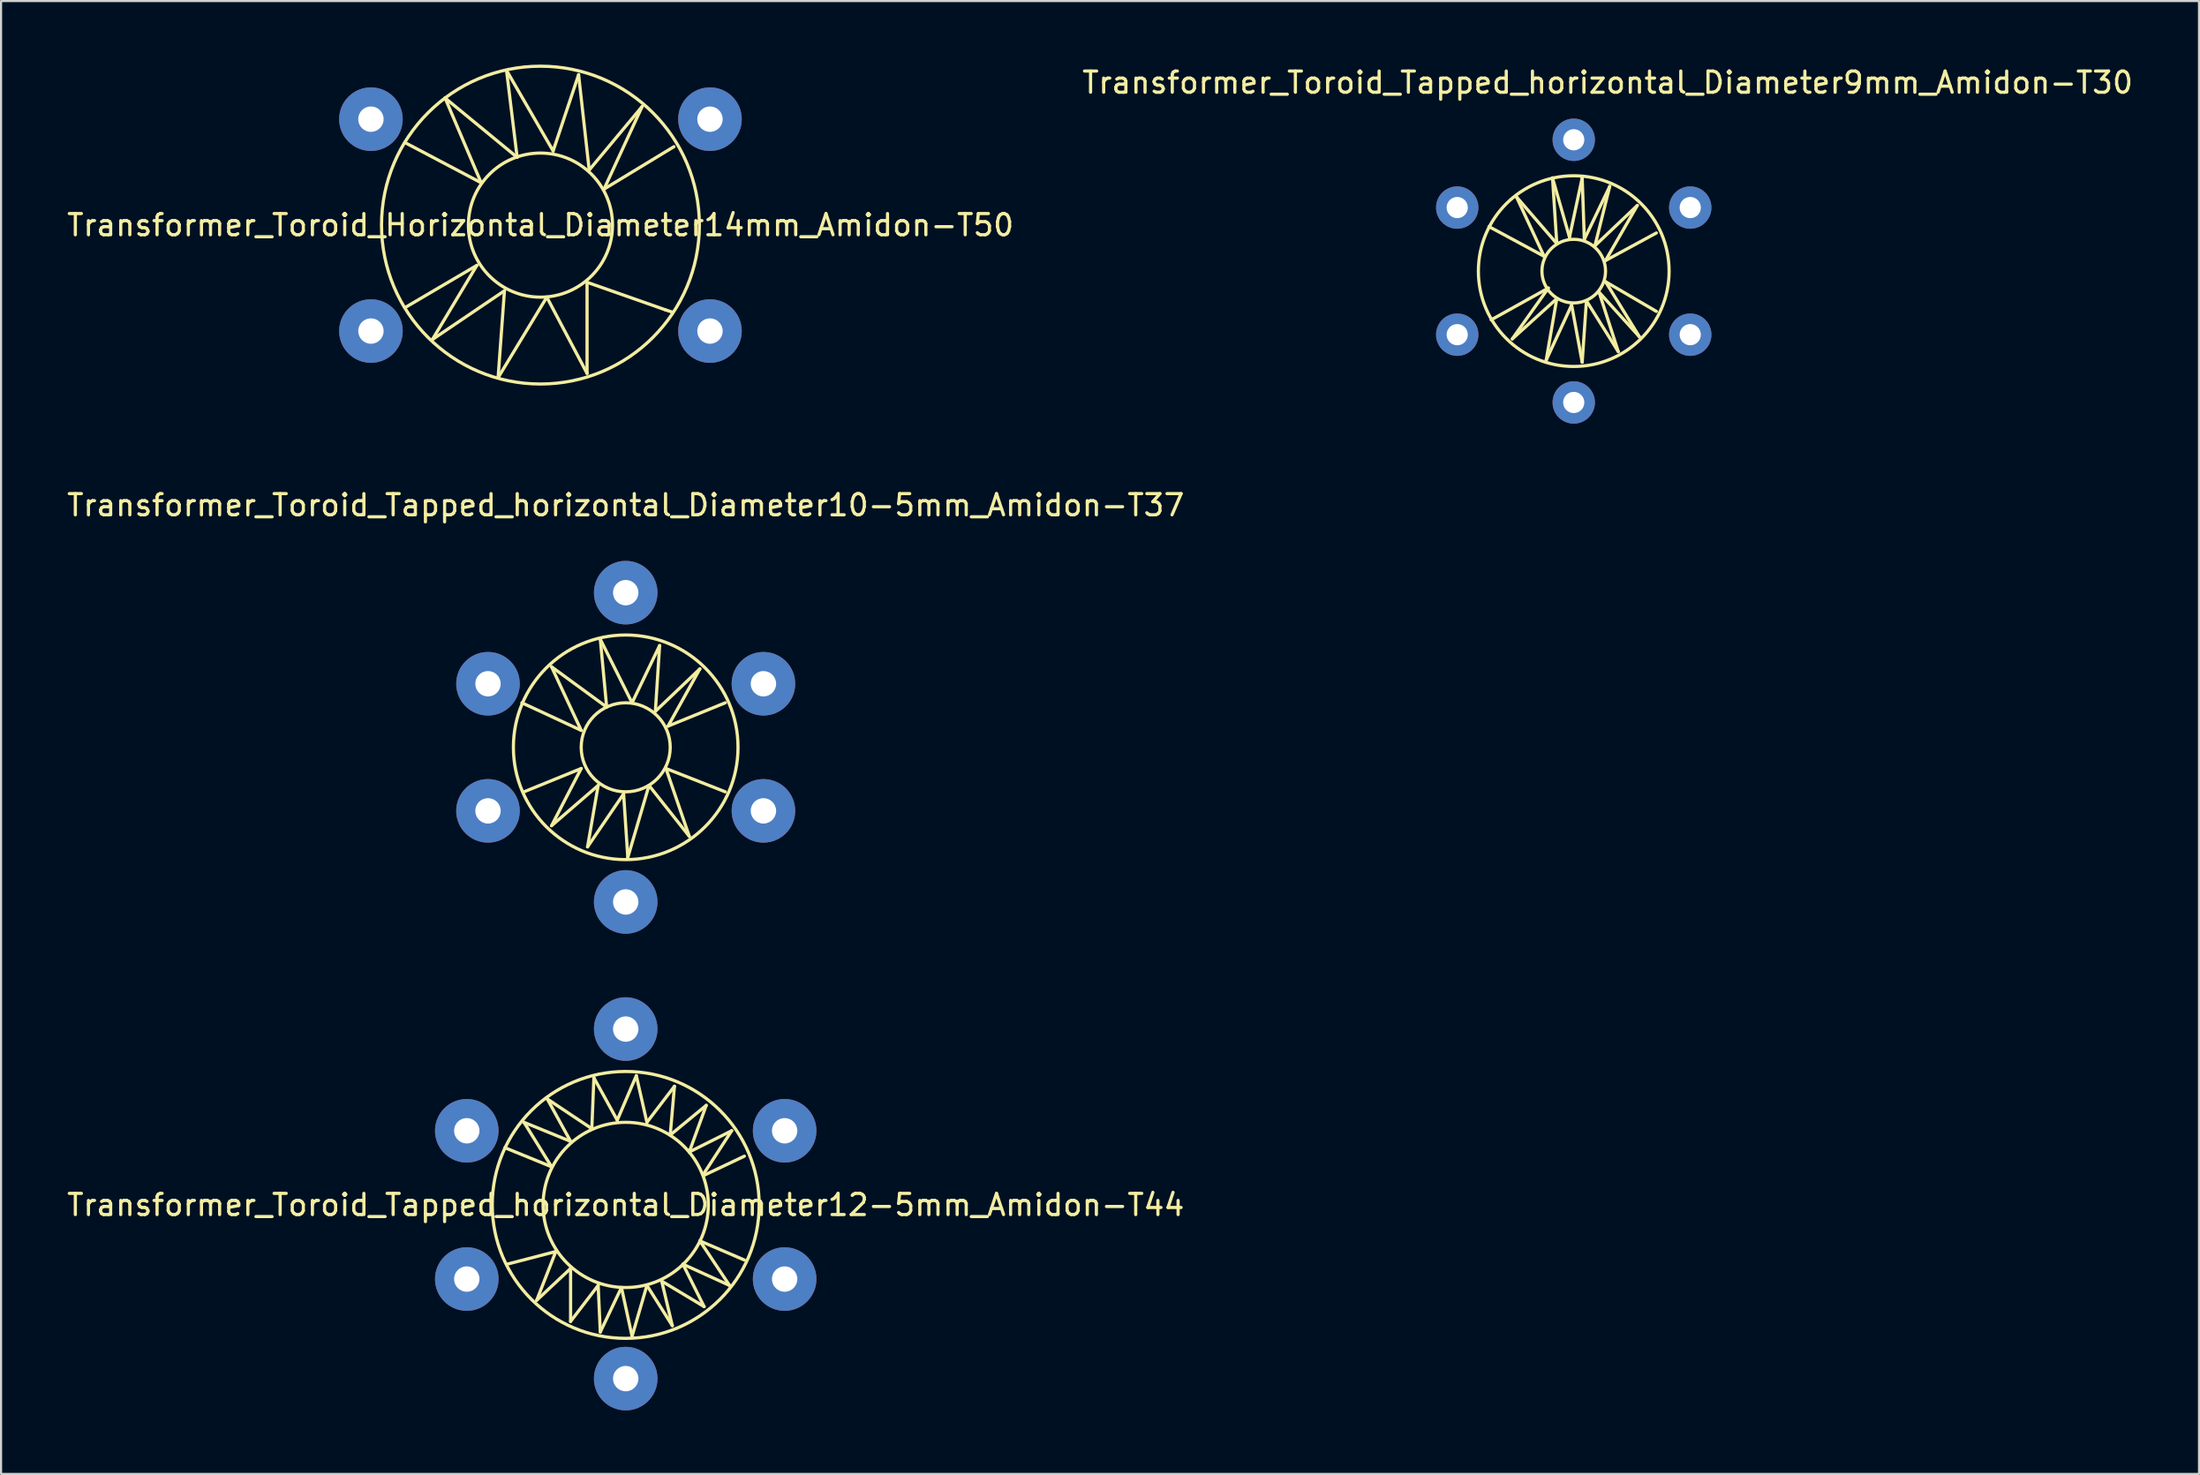
<source format=kicad_pcb>
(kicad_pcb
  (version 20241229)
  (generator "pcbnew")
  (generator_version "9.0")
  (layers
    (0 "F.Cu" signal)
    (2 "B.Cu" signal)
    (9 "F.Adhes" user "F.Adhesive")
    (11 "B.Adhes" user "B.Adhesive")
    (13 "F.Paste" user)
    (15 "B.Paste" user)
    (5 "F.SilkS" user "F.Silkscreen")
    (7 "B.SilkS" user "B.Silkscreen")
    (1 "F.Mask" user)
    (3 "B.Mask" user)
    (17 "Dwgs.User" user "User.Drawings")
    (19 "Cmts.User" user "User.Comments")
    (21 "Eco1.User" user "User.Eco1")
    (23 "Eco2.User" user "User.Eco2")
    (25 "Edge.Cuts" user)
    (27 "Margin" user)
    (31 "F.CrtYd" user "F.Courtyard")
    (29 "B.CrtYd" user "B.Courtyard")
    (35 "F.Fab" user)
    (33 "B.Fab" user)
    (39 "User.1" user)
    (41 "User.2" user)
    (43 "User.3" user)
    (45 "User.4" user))
  (footprint "Transformer_Toroid_Tapped_horizontal_Diameter10-5mm_Amidon-T37"
    (layer "F.Cu")
    (at 26.482 32.226)
    (property "Reference" "Transformer_Toroid_Tapped_horizontal_Diameter10-5mm_Amidon-T37" (at 0 -11.43 0) (layer "F.SilkS") (effects (font (size 1 1) (thickness 0.15))))
    (attr through_hole)
    (fp_line (start -4.9 -2.101) (end -2.101 -0.8) (stroke (width 0.15) (type solid)) (layer "F.SilkS"))
    (fp_line (start -4.801 2.101) (end -2.101 1.001) (stroke (width 0.15) (type solid)) (layer "F.SilkS"))
    (fp_line (start -3.5 -3.8) (end -0.899 -1.9) (stroke (width 0.15) (type solid)) (layer "F.SilkS"))
    (fp_line (start -3.5 3.701) (end -1.3 1.801) (stroke (width 0.15) (type solid)) (layer "F.SilkS"))
    (fp_line (start -2.101 -0.8) (end -3.5 -3.8) (stroke (width 0.15) (type solid)) (layer "F.SilkS"))
    (fp_line (start -2.101 1.001) (end -3.5 3.701) (stroke (width 0.15) (type solid)) (layer "F.SilkS"))
    (fp_line (start -1.801 4.699) (end -0.099 2.2) (stroke (width 0.15) (type solid)) (layer "F.SilkS"))
    (fp_line (start -1.3 1.801) (end -1.801 4.699) (stroke (width 0.15) (type solid)) (layer "F.SilkS"))
    (fp_line (start -1.199 -5.1) (end 0.3 -2.101) (stroke (width 0.15) (type solid)) (layer "F.SilkS"))
    (fp_line (start -0.899 -1.9) (end -1.199 -5.1) (stroke (width 0.15) (type solid)) (layer "F.SilkS"))
    (fp_line (start -0.099 2.2) (end 0.099 5.199) (stroke (width 0.15) (type solid)) (layer "F.SilkS"))
    (fp_line (start 0.099 5.199) (end 1.1 1.801) (stroke (width 0.15) (type solid)) (layer "F.SilkS"))
    (fp_line (start 0.3 -2.101) (end 1.6 -4.801) (stroke (width 0.15) (type solid)) (layer "F.SilkS"))
    (fp_line (start 1.1 1.801) (end 3 4.201) (stroke (width 0.15) (type solid)) (layer "F.SilkS"))
    (fp_line (start 1.4 -1.699) (end 3.5 -3.701) (stroke (width 0.15) (type solid)) (layer "F.SilkS"))
    (fp_line (start 1.6 -4.801) (end 1.4 -1.699) (stroke (width 0.15) (type solid)) (layer "F.SilkS"))
    (fp_line (start 1.9 1.001) (end 4.699 2.101) (stroke (width 0.15) (type solid)) (layer "F.SilkS"))
    (fp_line (start 1.999 -1.001) (end 4.699 -2.101) (stroke (width 0.15) (type solid)) (layer "F.SilkS"))
    (fp_line (start 3 4.201) (end 1.9 1.001) (stroke (width 0.15) (type solid)) (layer "F.SilkS"))
    (fp_line (start 3.5 -3.701) (end 1.999 -1.001) (stroke (width 0.15) (type solid)) (layer "F.SilkS"))
    (fp_circle (center 0 0) (end 2.101 0) (stroke (width 0.15) (type solid)) (fill no) (layer "F.SilkS"))
    (fp_circle (center 0 0) (end 5.301 0) (stroke (width 0.15) (type solid)) (fill no) (layer "F.SilkS"))
    (pad "1" thru_hole circle (at -6.5 3) (size 3 3) (drill 1.199) (layers "*.Cu" "*.Mask"))
    (pad "2" thru_hole circle (at 0 7.3) (size 3 3) (drill 1.199) (layers "*.Cu" "*.Mask"))
    (pad "3" thru_hole circle (at 6.5 3) (size 3 3) (drill 1.199) (layers "*.Cu" "*.Mask"))
    (pad "4" thru_hole circle (at -6.5 -3) (size 3 3) (drill 1.199) (layers "*.Cu" "*.Mask"))
    (pad "5" thru_hole circle (at 0 -7.3) (size 3 3) (drill 1.199) (layers "*.Cu" "*.Mask"))
    (pad "6" thru_hole circle (at 6.5 -3) (size 3 3) (drill 1.199) (layers "*.Cu" "*.Mask")))
  (footprint "Transformer_Toroid_Tapped_horizontal_Diameter12-5mm_Amidon-T44"
    (layer "F.Cu")
    (at 26.482 53.827)
    (property "Reference" "Transformer_Toroid_Tapped_horizontal_Diameter12-5mm_Amidon-T44" (at 0 0 0) (layer "F.SilkS") (effects (font (size 1 1) (thickness 0.15))))
    (attr through_hole)
    (fp_line (start -5.7 -2.7) (end -3.5 -1.801) (stroke (width 0.15) (type solid)) (layer "F.SilkS"))
    (fp_line (start -5.601 2.799) (end -3.299 2.2) (stroke (width 0.15) (type solid)) (layer "F.SilkS"))
    (fp_line (start -4.801 -3.899) (end -2.601 -3) (stroke (width 0.15) (type solid)) (layer "F.SilkS"))
    (fp_line (start -4.201 4.501) (end -2.601 3) (stroke (width 0.15) (type solid)) (layer "F.SilkS"))
    (fp_line (start -3.701 -5.001) (end -1.6 -3.599) (stroke (width 0.15) (type solid)) (layer "F.SilkS"))
    (fp_line (start -3.5 -1.801) (end -4.801 -3.899) (stroke (width 0.15) (type solid)) (layer "F.SilkS"))
    (fp_line (start -3.299 2.2) (end -4.201 4.501) (stroke (width 0.15) (type solid)) (layer "F.SilkS"))
    (fp_line (start -2.601 -3) (end -3.701 -5.001) (stroke (width 0.15) (type solid)) (layer "F.SilkS"))
    (fp_line (start -2.601 3) (end -2.601 5.499) (stroke (width 0.15) (type solid)) (layer "F.SilkS"))
    (fp_line (start -2.601 5.499) (end -1.3 3.8) (stroke (width 0.15) (type solid)) (layer "F.SilkS"))
    (fp_line (start -1.6 -3.599) (end -1.501 -5.999) (stroke (width 0.15) (type solid)) (layer "F.SilkS"))
    (fp_line (start -1.501 -5.999) (end -0.399 -4) (stroke (width 0.15) (type solid)) (layer "F.SilkS"))
    (fp_line (start -1.3 3.8) (end -1.199 5.999) (stroke (width 0.15) (type solid)) (layer "F.SilkS"))
    (fp_line (start -1.199 5.999) (end -0.201 3.899) (stroke (width 0.15) (type solid)) (layer "F.SilkS"))
    (fp_line (start -0.399 -4) (end 0.5 -6.101) (stroke (width 0.15) (type solid)) (layer "F.SilkS"))
    (fp_line (start -0.201 3.899) (end 0.3 6.2) (stroke (width 0.15) (type solid)) (layer "F.SilkS"))
    (fp_line (start 0.3 6.2) (end 1.001 3.8) (stroke (width 0.15) (type solid)) (layer "F.SilkS"))
    (fp_line (start 0.5 -6.101) (end 1.001 -3.899) (stroke (width 0.15) (type solid)) (layer "F.SilkS"))
    (fp_line (start 1.001 -3.899) (end 2.301 -5.601) (stroke (width 0.15) (type solid)) (layer "F.SilkS"))
    (fp_line (start 1.001 3.8) (end 2.2 5.7) (stroke (width 0.15) (type solid)) (layer "F.SilkS"))
    (fp_line (start 1.699 3.599) (end 3.701 4.801) (stroke (width 0.15) (type solid)) (layer "F.SilkS"))
    (fp_line (start 2.101 -3.299) (end 3.8 -4.699) (stroke (width 0.15) (type solid)) (layer "F.SilkS"))
    (fp_line (start 2.2 5.7) (end 1.699 3.599) (stroke (width 0.15) (type solid)) (layer "F.SilkS"))
    (fp_line (start 2.301 -5.601) (end 2.101 -3.299) (stroke (width 0.15) (type solid)) (layer "F.SilkS"))
    (fp_line (start 2.7 2.799) (end 4.9 3.8) (stroke (width 0.15) (type solid)) (layer "F.SilkS"))
    (fp_line (start 3 -2.499) (end 5.001 -3.5) (stroke (width 0.15) (type solid)) (layer "F.SilkS"))
    (fp_line (start 3.5 1.699) (end 5.601 2.601) (stroke (width 0.15) (type solid)) (layer "F.SilkS"))
    (fp_line (start 3.701 -1.4) (end 5.601 -2.301) (stroke (width 0.15) (type solid)) (layer "F.SilkS"))
    (fp_line (start 3.701 4.801) (end 2.7 2.799) (stroke (width 0.15) (type solid)) (layer "F.SilkS"))
    (fp_line (start 3.8 -4.699) (end 3 -2.499) (stroke (width 0.15) (type solid)) (layer "F.SilkS"))
    (fp_line (start 4.9 3.8) (end 3.5 1.699) (stroke (width 0.15) (type solid)) (layer "F.SilkS"))
    (fp_line (start 5.001 -3.5) (end 3.701 -1.501) (stroke (width 0.15) (type solid)) (layer "F.SilkS"))
    (fp_circle (center 0 0) (end 3.899 0) (stroke (width 0.15) (type solid)) (fill no) (layer "F.SilkS"))
    (fp_circle (center 0 0) (end 6.299 0) (stroke (width 0.15) (type solid)) (fill no) (layer "F.SilkS"))
    (pad "1" thru_hole circle (at -7.501 3.5) (size 3 3) (drill 1.199) (layers "*.Cu" "*.Mask"))
    (pad "2" thru_hole circle (at 0 8.199) (size 3 3) (drill 1.199) (layers "*.Cu" "*.Mask"))
    (pad "3" thru_hole circle (at 7.501 3.5) (size 3 3) (drill 1.199) (layers "*.Cu" "*.Mask"))
    (pad "4" thru_hole circle (at -7.501 -3.5) (size 3 3) (drill 1.199) (layers "*.Cu" "*.Mask"))
    (pad "5" thru_hole circle (at 0 -8.301) (size 3 3) (drill 1.199) (layers "*.Cu" "*.Mask"))
    (pad "6" thru_hole circle (at 7.501 -3.5) (size 3 3) (drill 1.199) (layers "*.Cu" "*.Mask")))
  (footprint "Transformer_Toroid_Horizontal_Diameter14mm_Amidon-T50"
    (layer "F.Cu")
    (at 22.458 7.576)
    (property "Reference" "Transformer_Toroid_Horizontal_Diameter14mm_Amidon-T50" (at 0 0 0) (layer "F.SilkS") (effects (font (size 1 1) (thickness 0.15))))
    (attr through_hole)
    (fp_line (start -6.401 -3.899) (end -2.799 -1.999) (stroke (width 0.15) (type solid)) (layer "F.SilkS"))
    (fp_line (start -6.401 3.899) (end -3 1.9) (stroke (width 0.15) (type solid)) (layer "F.SilkS"))
    (fp_line (start -5.1 5.4) (end -1.699 3.099) (stroke (width 0.15) (type solid)) (layer "F.SilkS"))
    (fp_line (start -4.501 -5.999) (end -1.1 -3.2) (stroke (width 0.15) (type solid)) (layer "F.SilkS"))
    (fp_line (start -3 1.9) (end -5.1 5.4) (stroke (width 0.15) (type solid)) (layer "F.SilkS"))
    (fp_line (start -2.799 -1.999) (end -4.501 -5.999) (stroke (width 0.15) (type solid)) (layer "F.SilkS"))
    (fp_line (start -1.999 7.201) (end 0.3 3.401) (stroke (width 0.15) (type solid)) (layer "F.SilkS"))
    (fp_line (start -1.699 3.099) (end -1.999 7.201) (stroke (width 0.15) (type solid)) (layer "F.SilkS"))
    (fp_line (start -1.6 -7.3) (end 0.599 -3.5) (stroke (width 0.15) (type solid)) (layer "F.SilkS"))
    (fp_line (start -1.1 -3.2) (end -1.6 -7.3) (stroke (width 0.15) (type solid)) (layer "F.SilkS"))
    (fp_line (start 0.3 3.401) (end 2.2 7) (stroke (width 0.15) (type solid)) (layer "F.SilkS"))
    (fp_line (start 0.599 -3.5) (end 1.801 -7.099) (stroke (width 0.15) (type solid)) (layer "F.SilkS"))
    (fp_line (start 1.801 -7.099) (end 2.301 -2.601) (stroke (width 0.15) (type solid)) (layer "F.SilkS"))
    (fp_line (start 2.2 2.7) (end 5.9 4) (stroke (width 0.15) (type solid)) (layer "F.SilkS"))
    (fp_line (start 2.2 7) (end 2.2 2.7) (stroke (width 0.15) (type solid)) (layer "F.SilkS"))
    (fp_line (start 2.301 -2.601) (end 4.801 -5.601) (stroke (width 0.15) (type solid)) (layer "F.SilkS"))
    (fp_line (start 3 -1.699) (end 6.299 -3.701) (stroke (width 0.15) (type solid)) (layer "F.SilkS"))
    (fp_line (start 4.801 -5.601) (end 3 -1.699) (stroke (width 0.15) (type solid)) (layer "F.SilkS"))
    (fp_line (start 5.9 4) (end 6.2 4.1) (stroke (width 0.15) (type solid)) (layer "F.SilkS"))
    (fp_circle (center 0 0) (end 3.401 0) (stroke (width 0.15) (type solid)) (fill no) (layer "F.SilkS"))
    (fp_circle (center 0 0) (end 7.501 0) (stroke (width 0.15) (type solid)) (fill no) (layer "F.SilkS"))
    (pad "1" thru_hole circle (at -8.001 5.001) (size 3 3) (drill 1.199) (layers "*.Cu" "*.Mask"))
    (pad "2" thru_hole circle (at 8.001 5.001) (size 3 3) (drill 1.199) (layers "*.Cu" "*.Mask"))
    (pad "3" thru_hole circle (at -8.001 -5.001) (size 3 3) (drill 1.199) (layers "*.Cu" "*.Mask"))
    (pad "4" thru_hole circle (at 8.001 -5.001) (size 3 3) (drill 1.199) (layers "*.Cu" "*.Mask")))
  (footprint "Transformer_Toroid_Tapped_horizontal_Diameter9mm_Amidon-T30"
    (layer "F.Cu")
    (at 71.227 9.748)
    (property "Reference" "Transformer_Toroid_Tapped_horizontal_Diameter9mm_Amidon-T30" (at 1.6 -8.9 0) (layer "F.SilkS") (effects (font (size 1 1) (thickness 0.15))))
    (attr through_hole)
    (fp_line (start -4 -2.101) (end -1.4 -0.701) (stroke (width 0.15) (type solid)) (layer "F.SilkS"))
    (fp_line (start -3.899 2.301) (end -1.199 0.8) (stroke (width 0.15) (type solid)) (layer "F.SilkS"))
    (fp_line (start -2.901 3.2) (end -0.8 1.3) (stroke (width 0.15) (type solid)) (layer "F.SilkS"))
    (fp_line (start -2.7 -3.5) (end -0.8 -1.3) (stroke (width 0.15) (type solid)) (layer "F.SilkS"))
    (fp_line (start -1.4 -0.701) (end -2.7 -3.5) (stroke (width 0.15) (type solid)) (layer "F.SilkS"))
    (fp_line (start -1.3 4.201) (end -0.099 1.6) (stroke (width 0.15) (type solid)) (layer "F.SilkS"))
    (fp_line (start -1.199 0.8) (end -2.901 3.2) (stroke (width 0.15) (type solid)) (layer "F.SilkS"))
    (fp_line (start -1.001 -4.399) (end -0.201 -1.6) (stroke (width 0.15) (type solid)) (layer "F.SilkS"))
    (fp_line (start -0.8 -1.3) (end -1.001 -4.399) (stroke (width 0.15) (type solid)) (layer "F.SilkS"))
    (fp_line (start -0.8 1.3) (end -1.3 4.201) (stroke (width 0.15) (type solid)) (layer "F.SilkS"))
    (fp_line (start -0.201 -1.6) (end 0.399 -4.399) (stroke (width 0.15) (type solid)) (layer "F.SilkS"))
    (fp_line (start -0.099 1.6) (end 0.399 4.3) (stroke (width 0.15) (type solid)) (layer "F.SilkS"))
    (fp_line (start 0.399 -4.399) (end 0.5 -1.501) (stroke (width 0.15) (type solid)) (layer "F.SilkS"))
    (fp_line (start 0.399 4.3) (end 0.599 1.4) (stroke (width 0.15) (type solid)) (layer "F.SilkS"))
    (fp_line (start 0.5 -1.501) (end 1.699 -4) (stroke (width 0.15) (type solid)) (layer "F.SilkS"))
    (fp_line (start 0.599 1.4) (end 2.101 3.8) (stroke (width 0.15) (type solid)) (layer "F.SilkS"))
    (fp_line (start 1.001 -1.199) (end 3 -3.099) (stroke (width 0.15) (type solid)) (layer "F.SilkS"))
    (fp_line (start 1.199 1.001) (end 3.099 3.099) (stroke (width 0.15) (type solid)) (layer "F.SilkS"))
    (fp_line (start 1.501 -0.5) (end 3.899 -1.801) (stroke (width 0.15) (type solid)) (layer "F.SilkS"))
    (fp_line (start 1.501 0.5) (end 3.899 1.9) (stroke (width 0.15) (type solid)) (layer "F.SilkS"))
    (fp_line (start 1.699 -4) (end 1.001 -1.199) (stroke (width 0.15) (type solid)) (layer "F.SilkS"))
    (fp_line (start 2.101 3.8) (end 1.199 1.001) (stroke (width 0.15) (type solid)) (layer "F.SilkS"))
    (fp_line (start 3 -3.099) (end 1.501 -0.5) (stroke (width 0.15) (type solid)) (layer "F.SilkS"))
    (fp_line (start 3.099 3.099) (end 1.501 0.5) (stroke (width 0.15) (type solid)) (layer "F.SilkS"))
    (fp_circle (center 0 0) (end 1.501 0) (stroke (width 0.15) (type solid)) (fill no) (layer "F.SilkS"))
    (fp_circle (center 0 0) (end 4.501 0) (stroke (width 0.15) (type solid)) (fill no) (layer "F.SilkS"))
    (pad "1" thru_hole circle (at -5.499 3) (size 1.999 1.999) (drill 1.001) (layers "*.Cu" "*.Mask"))
    (pad "2" thru_hole circle (at 0 6.2) (size 1.999 1.999) (drill 1.001) (layers "*.Cu" "*.Mask"))
    (pad "3" thru_hole circle (at 5.499 3) (size 1.999 1.999) (drill 1.001) (layers "*.Cu" "*.Mask"))
    (pad "4" thru_hole circle (at -5.499 -3) (size 1.999 1.999) (drill 1.001) (layers "*.Cu" "*.Mask"))
    (pad "5" thru_hole circle (at 0 -6.2) (size 1.999 1.999) (drill 1.001) (layers "*.Cu" "*.Mask"))
    (pad "6" thru_hole circle (at 5.499 -3) (size 1.999 1.999) (drill 1.001) (layers "*.Cu" "*.Mask")))
  (gr_rect
    (start -3 -3)
    (end 100.738 66.526)
    (stroke (width 0.1) (type default))
    (fill no)
    (layer "Edge.Cuts")))
</source>
